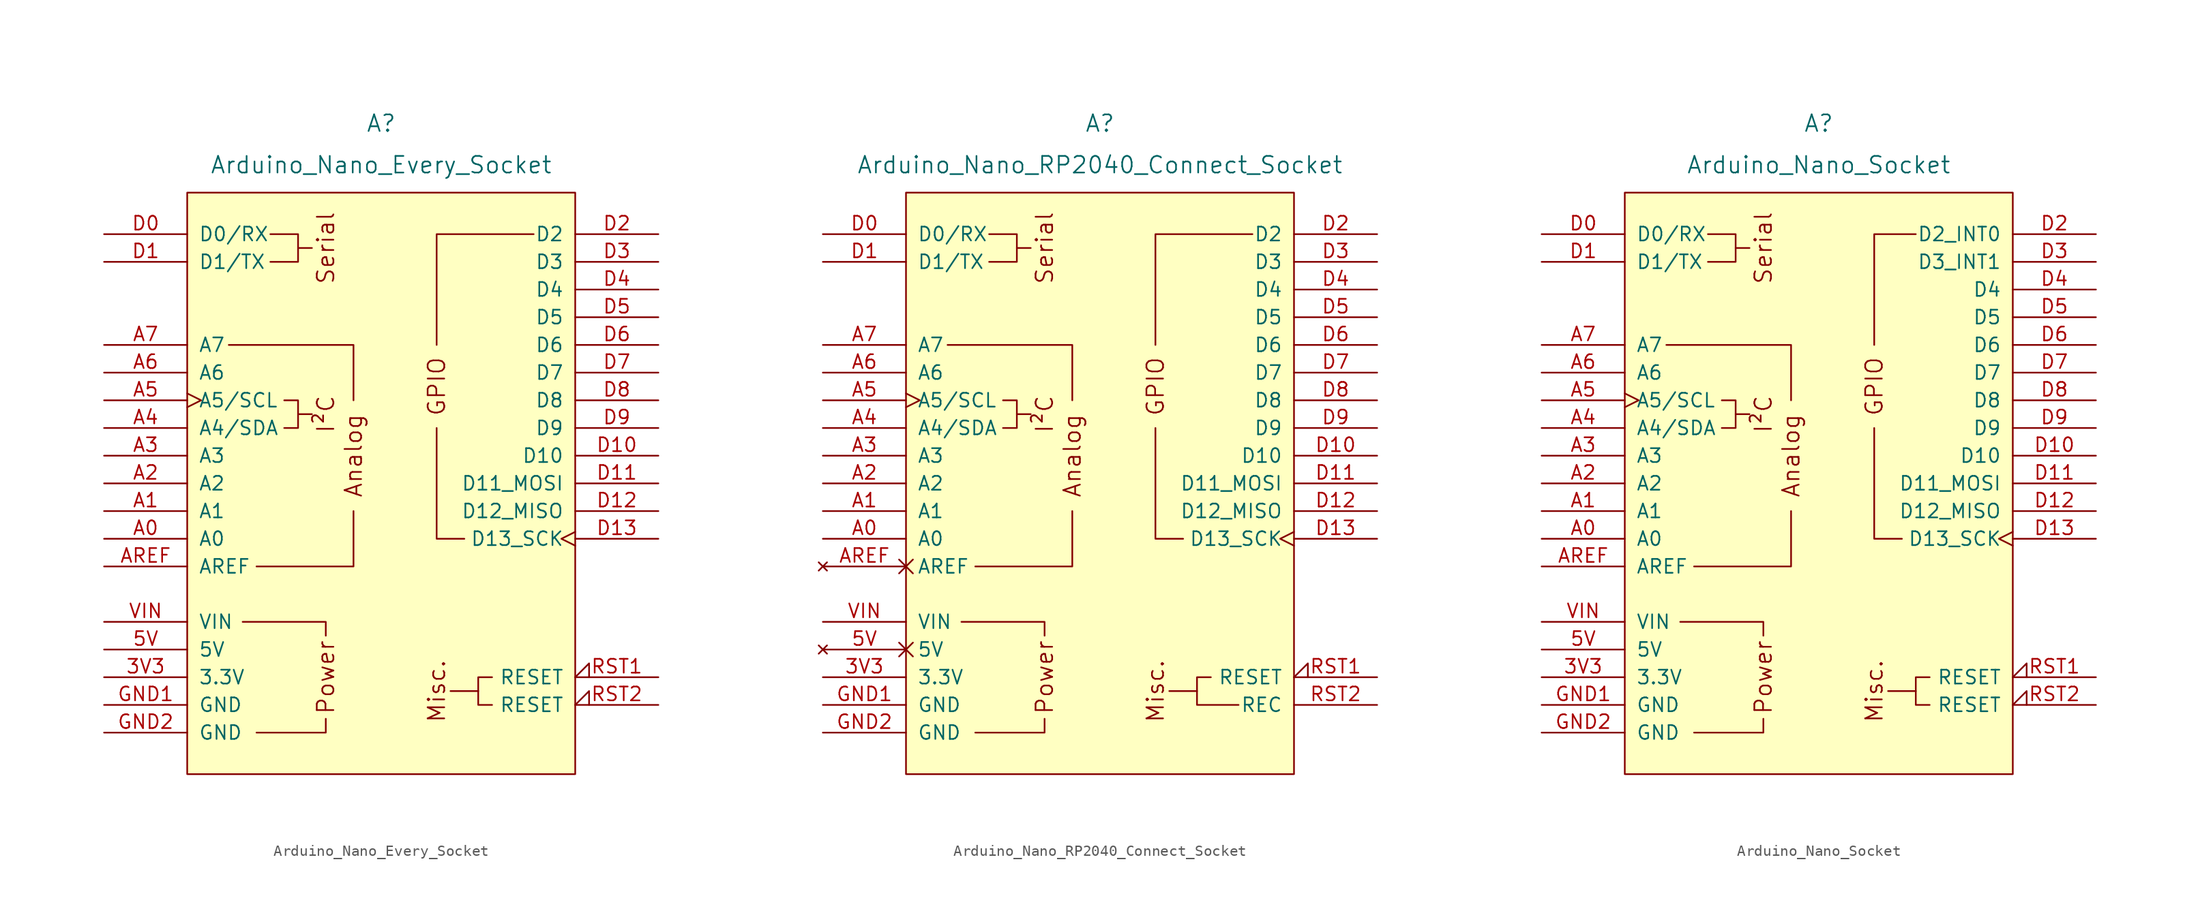
<source format=kicad_sym>
(kicad_symbol_lib
  (version 20211014)
  (generator kicad_symbol_editor)
  (symbol "Arduino_Nano_Every_Socket"
    (pin_names
      (offset 1.016))
    (property "Reference" "A"
      (at 0 33.02 0)
      (effects (font (size 1.524 1.524))))
    (property "Value" "Arduino_Nano_Every_Socket"
      (at 0 29.21 0)
      (effects (font (size 1.524 1.524))))
    (symbol "Arduino_Nano_Every_Socket_0_0"
      (rectangle (start -17.78 26.67) (end 17.78 -26.67) (stroke (width 0) (type default) (color 0 0 0 0)) (fill (type background)))
      (polyline (pts (xy -7.62 6.35) (xy -6.35 6.35)) (stroke (width 0) (type default) (color 0 0 0 0)) (fill (type none)))
      (polyline (pts (xy -7.62 21.59) (xy -6.35 21.59)) (stroke (width 0) (type default) (color 0 0 0 0)) (fill (type none)))
      (polyline (pts (xy 8.89 -19.05) (xy 6.35 -19.05)) (stroke (width 0) (type default) (color 0 0 0 0)) (fill (type none)))
      (polyline (pts (xy -11.43 -22.86) (xy -5.08 -22.86) (xy -5.08 -21.59)) (stroke (width 0) (type default) (color 0 0 0 0)) (fill (type none)))
      (polyline (pts (xy -5.08 -13.97) (xy -5.08 -12.7) (xy -12.7 -12.7)) (stroke (width 0) (type default) (color 0 0 0 0)) (fill (type none)))
      (polyline (pts (xy -10.16 22.86) (xy -7.62 22.86) (xy -7.62 20.32) (xy -10.16 20.32)) (stroke (width 0) (type default) (color 0 0 0 0)) (fill (type none)))
      (polyline (pts (xy -8.89 7.62) (xy -7.62 7.62) (xy -7.62 5.08) (xy -8.89 5.08)) (stroke (width 0) (type default) (color 0 0 0 0)) (fill (type none)))
      (text "Analog" (at -2.54 2.54 900) (effects (font (size 1.524 1.524))))
      (text "I²C" (at -5.08 6.35 900) (effects (font (size 1.524 1.524))))
      (text "Misc." (at 5.08 -19.05 900) (effects (font (size 1.524 1.524))))
      (text "Power" (at -5.08 -17.78 900) (effects (font (size 1.524 1.524))))
      (text "Serial" (at -5.08 21.59 900) (effects (font (size 1.524 1.524)))))
    (symbol "Arduino_Nano_Every_Socket_0_1"
      (polyline (pts (xy -13.97 12.7) (xy -2.54 12.7) (xy -2.54 7.62)) (stroke (width 0) (type default) (color 0 0 0 0)) (fill (type none)))
      (polyline (pts (xy -11.43 -7.62) (xy -2.54 -7.62) (xy -2.54 -2.54)) (stroke (width 0) (type default) (color 0 0 0 0)) (fill (type none)))
      (polyline (pts (xy 7.62 -5.08) (xy 5.08 -5.08) (xy 5.08 5.08)) (stroke (width 0) (type default) (color 0 0 0 0)) (fill (type none)))
      (polyline (pts (xy 13.97 22.86) (xy 5.08 22.86) (xy 5.08 12.7)) (stroke (width 0) (type default) (color 0 0 0 0)) (fill (type none)))
      (polyline (pts (xy 10.16 -17.78) (xy 8.89 -17.78) (xy 8.89 -20.32) (xy 10.16 -20.32)) (stroke (width 0) (type default) (color 0 0 0 0)) (fill (type none))))
    (symbol "Arduino_Nano_Every_Socket_1_0"
      (text "GPIO" (at 5.08 8.89 900) (effects (font (size 1.524 1.524)))))
    (symbol "Arduino_Nano_Every_Socket_1_1"
      (pin power_out line (at -25.4 -17.78 0) (length 7.62) (name "3.3V" (effects (font (size 1.27 1.27)))) (number "3V3" (effects (font (size 1.27 1.27)))))
      (pin power_in line (at -25.4 -15.24 0) (length 7.62) (name "5V" (effects (font (size 1.27 1.27)))) (number "5V" (effects (font (size 1.27 1.27)))))
      (pin bidirectional line (at -25.4 -5.08 0) (length 7.62) (name "A0" (effects (font (size 1.27 1.27)))) (number "A0" (effects (font (size 1.27 1.27)))))
      (pin bidirectional line (at -25.4 -2.54 0) (length 7.62) (name "A1" (effects (font (size 1.27 1.27)))) (number "A1" (effects (font (size 1.27 1.27)))))
      (pin bidirectional line (at -25.4 0 0) (length 7.62) (name "A2" (effects (font (size 1.27 1.27)))) (number "A2" (effects (font (size 1.27 1.27)))))
      (pin bidirectional line (at -25.4 2.54 0) (length 7.62) (name "A3" (effects (font (size 1.27 1.27)))) (number "A3" (effects (font (size 1.27 1.27)))))
      (pin bidirectional line (at -25.4 5.08 0) (length 7.62) (name "A4/SDA" (effects (font (size 1.27 1.27)))) (number "A4" (effects (font (size 1.27 1.27)))))
      (pin bidirectional clock (at -25.4 7.62 0) (length 7.62) (name "A5/SCL" (effects (font (size 1.27 1.27)))) (number "A5" (effects (font (size 1.27 1.27)))))
      (pin input line (at -25.4 10.16 0) (length 7.62) (name "A6" (effects (font (size 1.27 1.27)))) (number "A6" (effects (font (size 1.27 1.27)))))
      (pin input line (at -25.4 12.7 0) (length 7.62) (name "A7" (effects (font (size 1.27 1.27)))) (number "A7" (effects (font (size 1.27 1.27)))))
      (pin input line (at -25.4 -7.62 0) (length 7.62) (name "AREF" (effects (font (size 1.27 1.27)))) (number "AREF" (effects (font (size 1.27 1.27)))))
      (pin bidirectional line (at -25.4 22.86 0) (length 7.62) (name "D0/RX" (effects (font (size 1.27 1.27)))) (number "D0" (effects (font (size 1.27 1.27)))))
      (pin bidirectional line (at -25.4 20.32 0) (length 7.62) (name "D1/TX" (effects (font (size 1.27 1.27)))) (number "D1" (effects (font (size 1.27 1.27)))))
      (pin bidirectional line (at 25.4 2.54 180) (length 7.62) (name "D10" (effects (font (size 1.27 1.27)))) (number "D10" (effects (font (size 1.27 1.27)))))
      (pin bidirectional line (at 25.4 0 180) (length 7.62) (name "D11_MOSI" (effects (font (size 1.27 1.27)))) (number "D11" (effects (font (size 1.27 1.27)))))
      (pin bidirectional line (at 25.4 -2.54 180) (length 7.62) (name "D12_MISO" (effects (font (size 1.27 1.27)))) (number "D12" (effects (font (size 1.27 1.27)))))
      (pin bidirectional clock (at 25.4 -5.08 180) (length 7.62) (name "D13_SCK" (effects (font (size 1.27 1.27)))) (number "D13" (effects (font (size 1.27 1.27)))))
      (pin bidirectional line (at 25.4 22.86 180) (length 7.62) (name "D2" (effects (font (size 1.27 1.27)))) (number "D2" (effects (font (size 1.27 1.27)))))
      (pin bidirectional line (at 25.4 20.32 180) (length 7.62) (name "D3" (effects (font (size 1.27 1.27)))) (number "D3" (effects (font (size 1.27 1.27)))))
      (pin bidirectional line (at 25.4 17.78 180) (length 7.62) (name "D4" (effects (font (size 1.27 1.27)))) (number "D4" (effects (font (size 1.27 1.27)))))
      (pin bidirectional line (at 25.4 15.24 180) (length 7.62) (name "D5" (effects (font (size 1.27 1.27)))) (number "D5" (effects (font (size 1.27 1.27)))))
      (pin bidirectional line (at 25.4 12.7 180) (length 7.62) (name "D6" (effects (font (size 1.27 1.27)))) (number "D6" (effects (font (size 1.27 1.27)))))
      (pin bidirectional line (at 25.4 10.16 180) (length 7.62) (name "D7" (effects (font (size 1.27 1.27)))) (number "D7" (effects (font (size 1.27 1.27)))))
      (pin bidirectional line (at 25.4 7.62 180) (length 7.62) (name "D8" (effects (font (size 1.27 1.27)))) (number "D8" (effects (font (size 1.27 1.27)))))
      (pin bidirectional line (at 25.4 5.08 180) (length 7.62) (name "D9" (effects (font (size 1.27 1.27)))) (number "D9" (effects (font (size 1.27 1.27)))))
      (pin power_in line (at -25.4 -20.32 0) (length 7.62) (name "GND" (effects (font (size 1.27 1.27)))) (number "GND1" (effects (font (size 1.27 1.27)))))
      (pin power_in line (at -25.4 -22.86 0) (length 7.62) (name "GND" (effects (font (size 1.27 1.27)))) (number "GND2" (effects (font (size 1.27 1.27)))))
      (pin open_collector input_low (at 25.4 -17.78 180) (length 7.62) (name "RESET" (effects (font (size 1.27 1.27)))) (number "RST1" (effects (font (size 1.27 1.27)))))
      (pin open_collector input_low (at 25.4 -20.32 180) (length 7.62) (name "RESET" (effects (font (size 1.27 1.27)))) (number "RST2" (effects (font (size 1.27 1.27)))))
      (pin power_in line (at -25.4 -12.7 0) (length 7.62) (name "VIN" (effects (font (size 1.27 1.27)))) (number "VIN" (effects (font (size 1.27 1.27)))))))
  (symbol "Arduino_Nano_RP2040_Connect_Socket"
    (pin_names
      (offset 1.016))
    (property "Reference" "A"
      (at 0 33.02 0)
      (effects (font (size 1.524 1.524))))
    (property "Value" "Arduino_Nano_RP2040_Connect_Socket"
      (at 0 29.21 0)
      (effects (font (size 1.524 1.524))))
    (symbol "Arduino_Nano_RP2040_Connect_Socket_0_0"
      (rectangle (start -17.78 26.67) (end 17.78 -26.67) (stroke (width 0) (type default) (color 0 0 0 0)) (fill (type background)))
      (polyline (pts (xy -7.62 6.35) (xy -6.35 6.35)) (stroke (width 0) (type default) (color 0 0 0 0)) (fill (type none)))
      (polyline (pts (xy -7.62 21.59) (xy -6.35 21.59)) (stroke (width 0) (type default) (color 0 0 0 0)) (fill (type none)))
      (polyline (pts (xy 8.89 -19.05) (xy 6.35 -19.05)) (stroke (width 0) (type default) (color 0 0 0 0)) (fill (type none)))
      (polyline (pts (xy -11.43 -22.86) (xy -5.08 -22.86) (xy -5.08 -21.59)) (stroke (width 0) (type default) (color 0 0 0 0)) (fill (type none)))
      (polyline (pts (xy -5.08 -13.97) (xy -5.08 -12.7) (xy -12.7 -12.7)) (stroke (width 0) (type default) (color 0 0 0 0)) (fill (type none)))
      (polyline (pts (xy -10.16 22.86) (xy -7.62 22.86) (xy -7.62 20.32) (xy -10.16 20.32)) (stroke (width 0) (type default) (color 0 0 0 0)) (fill (type none)))
      (polyline (pts (xy -8.89 7.62) (xy -7.62 7.62) (xy -7.62 5.08) (xy -8.89 5.08)) (stroke (width 0) (type default) (color 0 0 0 0)) (fill (type none)))
      (text "Analog" (at -2.54 2.54 900) (effects (font (size 1.524 1.524))))
      (text "I²C" (at -5.08 6.35 900) (effects (font (size 1.524 1.524))))
      (text "Misc." (at 5.08 -19.05 900) (effects (font (size 1.524 1.524))))
      (text "Power" (at -5.08 -17.78 900) (effects (font (size 1.524 1.524))))
      (text "Serial" (at -5.08 21.59 900) (effects (font (size 1.524 1.524)))))
    (symbol "Arduino_Nano_RP2040_Connect_Socket_0_1"
      (polyline (pts (xy -13.97 12.7) (xy -2.54 12.7) (xy -2.54 7.62)) (stroke (width 0) (type default) (color 0 0 0 0)) (fill (type none)))
      (polyline (pts (xy -11.43 -7.62) (xy -2.54 -7.62) (xy -2.54 -2.54)) (stroke (width 0) (type default) (color 0 0 0 0)) (fill (type none)))
      (polyline (pts (xy 7.62 -5.08) (xy 5.08 -5.08) (xy 5.08 5.08)) (stroke (width 0) (type default) (color 0 0 0 0)) (fill (type none)))
      (polyline (pts (xy 13.97 22.86) (xy 5.08 22.86) (xy 5.08 12.7)) (stroke (width 0) (type default) (color 0 0 0 0)) (fill (type none)))
      (polyline (pts (xy 10.16 -17.78) (xy 8.89 -17.78) (xy 8.89 -20.32) (xy 12.7 -20.32)) (stroke (width 0) (type default) (color 0 0 0 0)) (fill (type none))))
    (symbol "Arduino_Nano_RP2040_Connect_Socket_1_0"
      (text "GPIO" (at 5.08 8.89 900) (effects (font (size 1.524 1.524)))))
    (symbol "Arduino_Nano_RP2040_Connect_Socket_1_1"
      (pin power_in line (at -25.4 -17.78 0) (length 7.62) (name "3.3V" (effects (font (size 1.27 1.27)))) (number "3V3" (effects (font (size 1.27 1.27)))))
      (pin no_connect non_logic (at -25.4 -15.24 0) (length 7.62) (name "5V" (effects (font (size 1.27 1.27)))) (number "5V" (effects (font (size 1.27 1.27)))))
      (pin bidirectional line (at -25.4 -5.08 0) (length 7.62) (name "A0" (effects (font (size 1.27 1.27)))) (number "A0" (effects (font (size 1.27 1.27)))))
      (pin bidirectional line (at -25.4 -2.54 0) (length 7.62) (name "A1" (effects (font (size 1.27 1.27)))) (number "A1" (effects (font (size 1.27 1.27)))))
      (pin bidirectional line (at -25.4 0 0) (length 7.62) (name "A2" (effects (font (size 1.27 1.27)))) (number "A2" (effects (font (size 1.27 1.27)))))
      (pin bidirectional line (at -25.4 2.54 0) (length 7.62) (name "A3" (effects (font (size 1.27 1.27)))) (number "A3" (effects (font (size 1.27 1.27)))))
      (pin bidirectional line (at -25.4 5.08 0) (length 7.62) (name "A4/SDA" (effects (font (size 1.27 1.27)))) (number "A4" (effects (font (size 1.27 1.27)))))
      (pin bidirectional clock (at -25.4 7.62 0) (length 7.62) (name "A5/SCL" (effects (font (size 1.27 1.27)))) (number "A5" (effects (font (size 1.27 1.27)))))
      (pin input line (at -25.4 10.16 0) (length 7.62) (name "A6" (effects (font (size 1.27 1.27)))) (number "A6" (effects (font (size 1.27 1.27)))))
      (pin input line (at -25.4 12.7 0) (length 7.62) (name "A7" (effects (font (size 1.27 1.27)))) (number "A7" (effects (font (size 1.27 1.27)))))
      (pin no_connect non_logic (at -25.4 -7.62 0) (length 7.62) (name "AREF" (effects (font (size 1.27 1.27)))) (number "AREF" (effects (font (size 1.27 1.27)))))
      (pin bidirectional line (at -25.4 22.86 0) (length 7.62) (name "D0/RX" (effects (font (size 1.27 1.27)))) (number "D0" (effects (font (size 1.27 1.27)))))
      (pin bidirectional line (at -25.4 20.32 0) (length 7.62) (name "D1/TX" (effects (font (size 1.27 1.27)))) (number "D1" (effects (font (size 1.27 1.27)))))
      (pin bidirectional line (at 25.4 2.54 180) (length 7.62) (name "D10" (effects (font (size 1.27 1.27)))) (number "D10" (effects (font (size 1.27 1.27)))))
      (pin bidirectional line (at 25.4 0 180) (length 7.62) (name "D11_MOSI" (effects (font (size 1.27 1.27)))) (number "D11" (effects (font (size 1.27 1.27)))))
      (pin bidirectional line (at 25.4 -2.54 180) (length 7.62) (name "D12_MISO" (effects (font (size 1.27 1.27)))) (number "D12" (effects (font (size 1.27 1.27)))))
      (pin bidirectional clock (at 25.4 -5.08 180) (length 7.62) (name "D13_SCK" (effects (font (size 1.27 1.27)))) (number "D13" (effects (font (size 1.27 1.27)))))
      (pin bidirectional line (at 25.4 22.86 180) (length 7.62) (name "D2" (effects (font (size 1.27 1.27)))) (number "D2" (effects (font (size 1.27 1.27)))))
      (pin bidirectional line (at 25.4 20.32 180) (length 7.62) (name "D3" (effects (font (size 1.27 1.27)))) (number "D3" (effects (font (size 1.27 1.27)))))
      (pin bidirectional line (at 25.4 17.78 180) (length 7.62) (name "D4" (effects (font (size 1.27 1.27)))) (number "D4" (effects (font (size 1.27 1.27)))))
      (pin bidirectional line (at 25.4 15.24 180) (length 7.62) (name "D5" (effects (font (size 1.27 1.27)))) (number "D5" (effects (font (size 1.27 1.27)))))
      (pin bidirectional line (at 25.4 12.7 180) (length 7.62) (name "D6" (effects (font (size 1.27 1.27)))) (number "D6" (effects (font (size 1.27 1.27)))))
      (pin bidirectional line (at 25.4 10.16 180) (length 7.62) (name "D7" (effects (font (size 1.27 1.27)))) (number "D7" (effects (font (size 1.27 1.27)))))
      (pin bidirectional line (at 25.4 7.62 180) (length 7.62) (name "D8" (effects (font (size 1.27 1.27)))) (number "D8" (effects (font (size 1.27 1.27)))))
      (pin bidirectional line (at 25.4 5.08 180) (length 7.62) (name "D9" (effects (font (size 1.27 1.27)))) (number "D9" (effects (font (size 1.27 1.27)))))
      (pin power_in line (at -25.4 -20.32 0) (length 7.62) (name "GND" (effects (font (size 1.27 1.27)))) (number "GND1" (effects (font (size 1.27 1.27)))))
      (pin power_in line (at -25.4 -22.86 0) (length 7.62) (name "GND" (effects (font (size 1.27 1.27)))) (number "GND2" (effects (font (size 1.27 1.27)))))
      (pin open_collector input_low (at 25.4 -17.78 180) (length 7.62) (name "RESET" (effects (font (size 1.27 1.27)))) (number "RST1" (effects (font (size 1.27 1.27)))))
      (pin bidirectional line (at 25.4 -20.32 180) (length 7.62) (name "REC" (effects (font (size 1.27 1.27)))) (number "RST2" (effects (font (size 1.27 1.27)))))
      (pin power_in line (at -25.4 -12.7 0) (length 7.62) (name "VIN" (effects (font (size 1.27 1.27)))) (number "VIN" (effects (font (size 1.27 1.27)))))))
  (symbol "Arduino_Nano_Socket"
    (pin_names
      (offset 1.016))
    (property "Reference" "A"
      (at 0 33.02 0)
      (effects (font (size 1.524 1.524))))
    (property "Value" "Arduino_Nano_Socket"
      (at 0 29.21 0)
      (effects (font (size 1.524 1.524))))
    (symbol "Arduino_Nano_Socket_0_0"
      (rectangle (start -17.78 26.67) (end 17.78 -26.67) (stroke (width 0) (type default) (color 0 0 0 0)) (fill (type background)))
      (polyline (pts (xy -7.62 6.35) (xy -6.35 6.35)) (stroke (width 0) (type default) (color 0 0 0 0)) (fill (type none)))
      (polyline (pts (xy -7.62 21.59) (xy -6.35 21.59)) (stroke (width 0) (type default) (color 0 0 0 0)) (fill (type none)))
      (polyline (pts (xy 8.89 -19.05) (xy 6.35 -19.05)) (stroke (width 0) (type default) (color 0 0 0 0)) (fill (type none)))
      (polyline (pts (xy -11.43 -22.86) (xy -5.08 -22.86) (xy -5.08 -21.59)) (stroke (width 0) (type default) (color 0 0 0 0)) (fill (type none)))
      (polyline (pts (xy -5.08 -13.97) (xy -5.08 -12.7) (xy -12.7 -12.7)) (stroke (width 0) (type default) (color 0 0 0 0)) (fill (type none)))
      (polyline (pts (xy -10.16 22.86) (xy -7.62 22.86) (xy -7.62 20.32) (xy -10.16 20.32)) (stroke (width 0) (type default) (color 0 0 0 0)) (fill (type none)))
      (polyline (pts (xy -8.89 7.62) (xy -7.62 7.62) (xy -7.62 5.08) (xy -8.89 5.08)) (stroke (width 0) (type default) (color 0 0 0 0)) (fill (type none)))
      (text "Analog" (at -2.54 2.54 900) (effects (font (size 1.524 1.524))))
      (text "I²C" (at -5.08 6.35 900) (effects (font (size 1.524 1.524))))
      (text "Misc." (at 5.08 -19.05 900) (effects (font (size 1.524 1.524))))
      (text "Power" (at -5.08 -17.78 900) (effects (font (size 1.524 1.524))))
      (text "Serial" (at -5.08 21.59 900) (effects (font (size 1.524 1.524)))))
    (symbol "Arduino_Nano_Socket_0_1"
      (polyline (pts (xy -13.97 12.7) (xy -2.54 12.7) (xy -2.54 7.62)) (stroke (width 0) (type default) (color 0 0 0 0)) (fill (type none)))
      (polyline (pts (xy -11.43 -7.62) (xy -2.54 -7.62) (xy -2.54 -2.54)) (stroke (width 0) (type default) (color 0 0 0 0)) (fill (type none)))
      (polyline (pts (xy 7.62 -5.08) (xy 5.08 -5.08) (xy 5.08 5.08)) (stroke (width 0) (type default) (color 0 0 0 0)) (fill (type none)))
      (polyline (pts (xy 8.89 22.86) (xy 5.08 22.86) (xy 5.08 12.7)) (stroke (width 0) (type default) (color 0 0 0 0)) (fill (type none)))
      (polyline (pts (xy 10.16 -17.78) (xy 8.89 -17.78) (xy 8.89 -20.32) (xy 10.16 -20.32)) (stroke (width 0) (type default) (color 0 0 0 0)) (fill (type none))))
    (symbol "Arduino_Nano_Socket_1_0"
      (text "GPIO" (at 5.08 8.89 900) (effects (font (size 1.524 1.524)))))
    (symbol "Arduino_Nano_Socket_1_1"
      (pin power_out line (at -25.4 -17.78 0) (length 7.62) (name "3.3V" (effects (font (size 1.27 1.27)))) (number "3V3" (effects (font (size 1.27 1.27)))))
      (pin power_in line (at -25.4 -15.24 0) (length 7.62) (name "5V" (effects (font (size 1.27 1.27)))) (number "5V" (effects (font (size 1.27 1.27)))))
      (pin bidirectional line (at -25.4 -5.08 0) (length 7.62) (name "A0" (effects (font (size 1.27 1.27)))) (number "A0" (effects (font (size 1.27 1.27)))))
      (pin bidirectional line (at -25.4 -2.54 0) (length 7.62) (name "A1" (effects (font (size 1.27 1.27)))) (number "A1" (effects (font (size 1.27 1.27)))))
      (pin bidirectional line (at -25.4 0 0) (length 7.62) (name "A2" (effects (font (size 1.27 1.27)))) (number "A2" (effects (font (size 1.27 1.27)))))
      (pin bidirectional line (at -25.4 2.54 0) (length 7.62) (name "A3" (effects (font (size 1.27 1.27)))) (number "A3" (effects (font (size 1.27 1.27)))))
      (pin bidirectional line (at -25.4 5.08 0) (length 7.62) (name "A4/SDA" (effects (font (size 1.27 1.27)))) (number "A4" (effects (font (size 1.27 1.27)))))
      (pin bidirectional clock (at -25.4 7.62 0) (length 7.62) (name "A5/SCL" (effects (font (size 1.27 1.27)))) (number "A5" (effects (font (size 1.27 1.27)))))
      (pin input line (at -25.4 10.16 0) (length 7.62) (name "A6" (effects (font (size 1.27 1.27)))) (number "A6" (effects (font (size 1.27 1.27)))))
      (pin input line (at -25.4 12.7 0) (length 7.62) (name "A7" (effects (font (size 1.27 1.27)))) (number "A7" (effects (font (size 1.27 1.27)))))
      (pin input line (at -25.4 -7.62 0) (length 7.62) (name "AREF" (effects (font (size 1.27 1.27)))) (number "AREF" (effects (font (size 1.27 1.27)))))
      (pin bidirectional line (at -25.4 22.86 0) (length 7.62) (name "D0/RX" (effects (font (size 1.27 1.27)))) (number "D0" (effects (font (size 1.27 1.27)))))
      (pin bidirectional line (at -25.4 20.32 0) (length 7.62) (name "D1/TX" (effects (font (size 1.27 1.27)))) (number "D1" (effects (font (size 1.27 1.27)))))
      (pin bidirectional line (at 25.4 2.54 180) (length 7.62) (name "D10" (effects (font (size 1.27 1.27)))) (number "D10" (effects (font (size 1.27 1.27)))))
      (pin bidirectional line (at 25.4 0 180) (length 7.62) (name "D11_MOSI" (effects (font (size 1.27 1.27)))) (number "D11" (effects (font (size 1.27 1.27)))))
      (pin bidirectional line (at 25.4 -2.54 180) (length 7.62) (name "D12_MISO" (effects (font (size 1.27 1.27)))) (number "D12" (effects (font (size 1.27 1.27)))))
      (pin bidirectional clock (at 25.4 -5.08 180) (length 7.62) (name "D13_SCK" (effects (font (size 1.27 1.27)))) (number "D13" (effects (font (size 1.27 1.27)))))
      (pin bidirectional line (at 25.4 22.86 180) (length 7.62) (name "D2_INT0" (effects (font (size 1.27 1.27)))) (number "D2" (effects (font (size 1.27 1.27)))))
      (pin bidirectional line (at 25.4 20.32 180) (length 7.62) (name "D3_INT1" (effects (font (size 1.27 1.27)))) (number "D3" (effects (font (size 1.27 1.27)))))
      (pin bidirectional line (at 25.4 17.78 180) (length 7.62) (name "D4" (effects (font (size 1.27 1.27)))) (number "D4" (effects (font (size 1.27 1.27)))))
      (pin bidirectional line (at 25.4 15.24 180) (length 7.62) (name "D5" (effects (font (size 1.27 1.27)))) (number "D5" (effects (font (size 1.27 1.27)))))
      (pin bidirectional line (at 25.4 12.7 180) (length 7.62) (name "D6" (effects (font (size 1.27 1.27)))) (number "D6" (effects (font (size 1.27 1.27)))))
      (pin bidirectional line (at 25.4 10.16 180) (length 7.62) (name "D7" (effects (font (size 1.27 1.27)))) (number "D7" (effects (font (size 1.27 1.27)))))
      (pin bidirectional line (at 25.4 7.62 180) (length 7.62) (name "D8" (effects (font (size 1.27 1.27)))) (number "D8" (effects (font (size 1.27 1.27)))))
      (pin bidirectional line (at 25.4 5.08 180) (length 7.62) (name "D9" (effects (font (size 1.27 1.27)))) (number "D9" (effects (font (size 1.27 1.27)))))
      (pin power_in line (at -25.4 -20.32 0) (length 7.62) (name "GND" (effects (font (size 1.27 1.27)))) (number "GND1" (effects (font (size 1.27 1.27)))))
      (pin power_in line (at -25.4 -22.86 0) (length 7.62) (name "GND" (effects (font (size 1.27 1.27)))) (number "GND2" (effects (font (size 1.27 1.27)))))
      (pin open_collector input_low (at 25.4 -17.78 180) (length 7.62) (name "RESET" (effects (font (size 1.27 1.27)))) (number "RST1" (effects (font (size 1.27 1.27)))))
      (pin open_collector input_low (at 25.4 -20.32 180) (length 7.62) (name "RESET" (effects (font (size 1.27 1.27)))) (number "RST2" (effects (font (size 1.27 1.27)))))
      (pin power_in line (at -25.4 -12.7 0) (length 7.62) (name "VIN" (effects (font (size 1.27 1.27)))) (number "VIN" (effects (font (size 1.27 1.27))))))))
</source>
